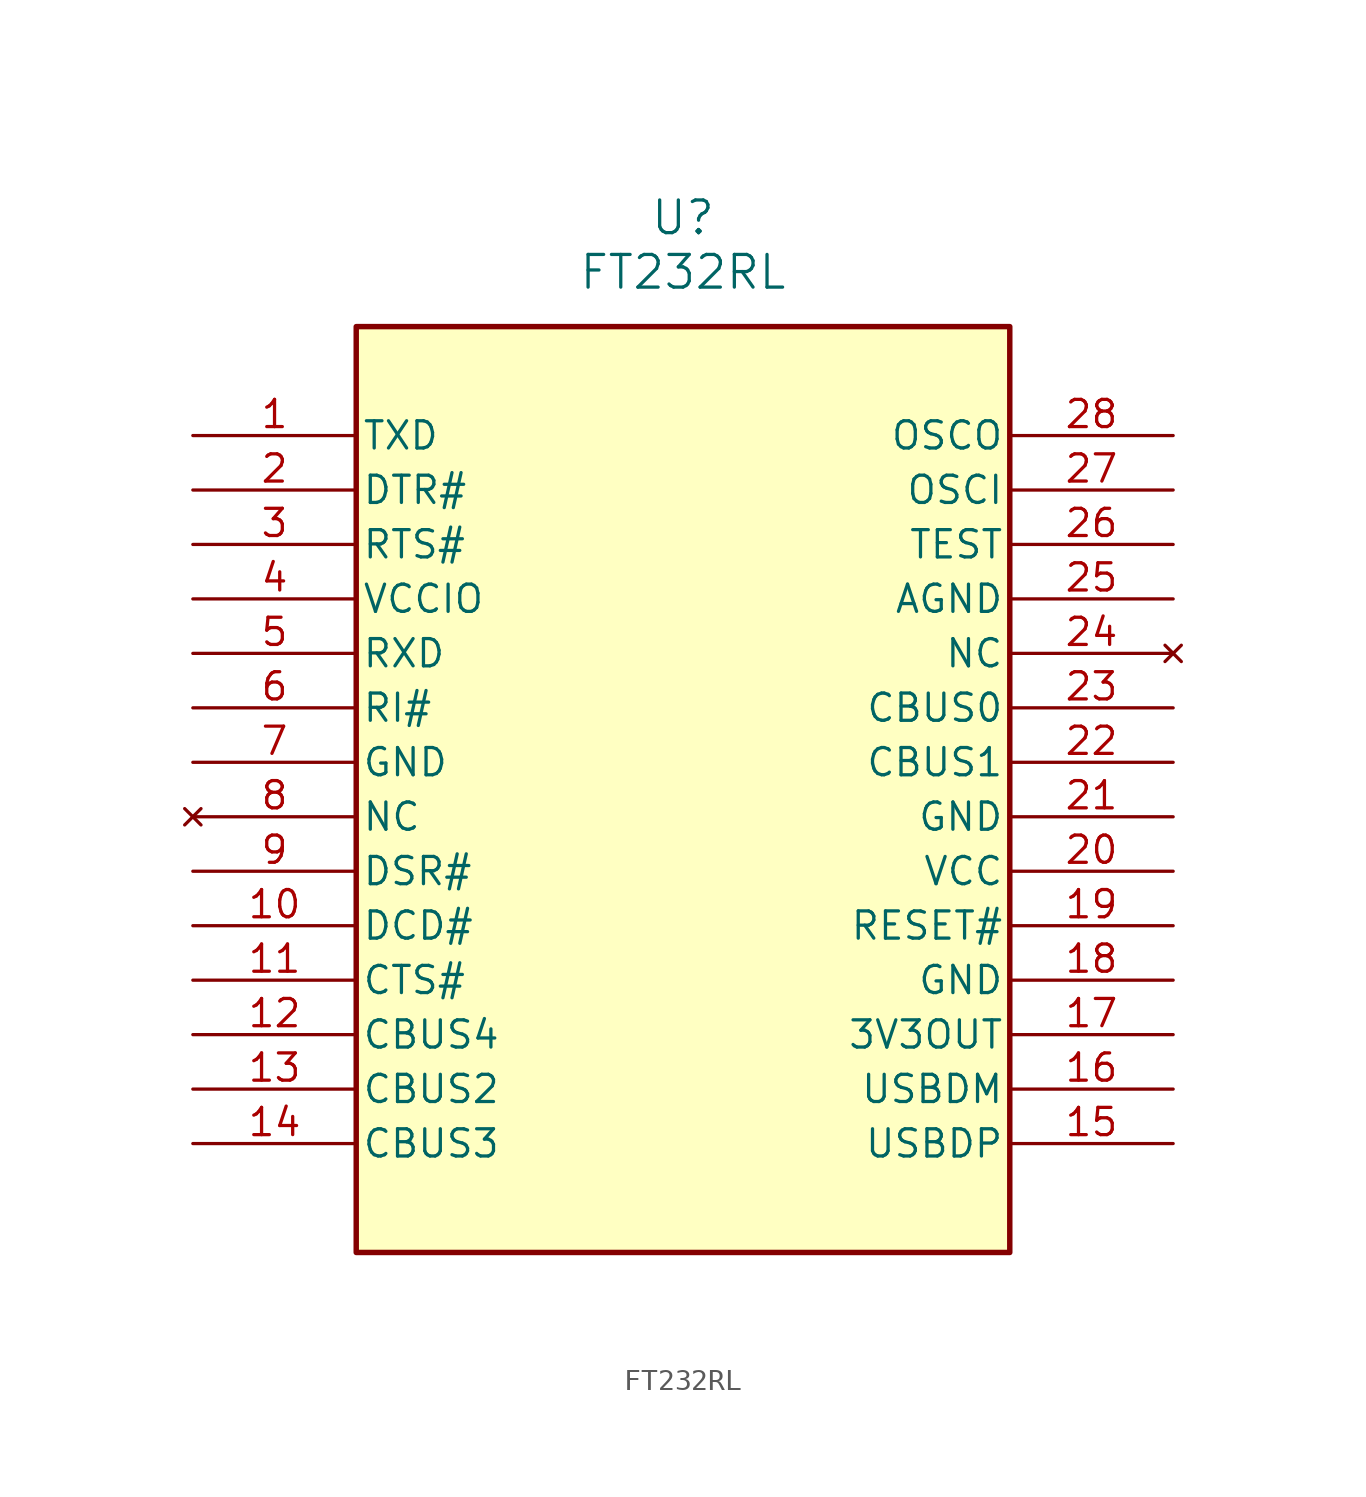
<source format=kicad_sym>
(kicad_symbol_lib
  (version 20231120)
  (generator "kicad_symbol_editor")
  (generator_version "8.0")
  (symbol "FT232RL"
    (pin_names
      (offset 0.254))
    (property "Reference" "U"
      (at 15.24 48.26 0)
      (effects (font (size 1.524 1.524))))
    (property "Value" "FT232RL"
      (at 15.24 45.72 0)
      (effects (font (size 1.524 1.524))))
    (symbol "FT232RL_0_1"
      (rectangle (start 0 43.18) (end 30.48 0) (stroke (width 0.254) (type default)) (fill (type background)))
      (pin unspecified line (at -7.62 38.1 0) (length 7.62) (name "TXD" (effects (font (size 1.27 1.27)))) (number "1" (effects (font (size 1.27 1.27)))))
      (pin unspecified line (at -7.62 15.24 0) (length 7.62) (name "DCD#" (effects (font (size 1.27 1.27)))) (number "10" (effects (font (size 1.27 1.27)))))
      (pin unspecified line (at -7.62 12.7 0) (length 7.62) (name "CTS#" (effects (font (size 1.27 1.27)))) (number "11" (effects (font (size 1.27 1.27)))))
      (pin bidirectional line (at -7.62 10.16 0) (length 7.62) (name "CBUS4" (effects (font (size 1.27 1.27)))) (number "12" (effects (font (size 1.27 1.27)))))
      (pin bidirectional line (at -7.62 7.62 0) (length 7.62) (name "CBUS2" (effects (font (size 1.27 1.27)))) (number "13" (effects (font (size 1.27 1.27)))))
      (pin bidirectional line (at -7.62 5.08 0) (length 7.62) (name "CBUS3" (effects (font (size 1.27 1.27)))) (number "14" (effects (font (size 1.27 1.27)))))
      (pin unspecified line (at 38.1 5.08 180) (length 7.62) (name "USBDP" (effects (font (size 1.27 1.27)))) (number "15" (effects (font (size 1.27 1.27)))))
      (pin unspecified line (at 38.1 7.62 180) (length 7.62) (name "USBDM" (effects (font (size 1.27 1.27)))) (number "16" (effects (font (size 1.27 1.27)))))
      (pin output line (at 38.1 10.16 180) (length 7.62) (name "3V3OUT" (effects (font (size 1.27 1.27)))) (number "17" (effects (font (size 1.27 1.27)))))
      (pin power_out line (at 38.1 12.7 180) (length 7.62) (name "GND" (effects (font (size 1.27 1.27)))) (number "18" (effects (font (size 1.27 1.27)))))
      (pin unspecified line (at 38.1 15.24 180) (length 7.62) (name "RESET#" (effects (font (size 1.27 1.27)))) (number "19" (effects (font (size 1.27 1.27)))))
      (pin unspecified line (at -7.62 35.56 0) (length 7.62) (name "DTR#" (effects (font (size 1.27 1.27)))) (number "2" (effects (font (size 1.27 1.27)))))
      (pin power_in line (at 38.1 17.78 180) (length 7.62) (name "VCC" (effects (font (size 1.27 1.27)))) (number "20" (effects (font (size 1.27 1.27)))))
      (pin power_out line (at 38.1 20.32 180) (length 7.62) (name "GND" (effects (font (size 1.27 1.27)))) (number "21" (effects (font (size 1.27 1.27)))))
      (pin bidirectional line (at 38.1 22.86 180) (length 7.62) (name "CBUS1" (effects (font (size 1.27 1.27)))) (number "22" (effects (font (size 1.27 1.27)))))
      (pin bidirectional line (at 38.1 25.4 180) (length 7.62) (name "CBUS0" (effects (font (size 1.27 1.27)))) (number "23" (effects (font (size 1.27 1.27)))))
      (pin no_connect line (at 38.1 27.94 180) (length 7.62) (name "NC" (effects (font (size 1.27 1.27)))) (number "24" (effects (font (size 1.27 1.27)))))
      (pin power_out line (at 38.1 30.48 180) (length 7.62) (name "AGND" (effects (font (size 1.27 1.27)))) (number "25" (effects (font (size 1.27 1.27)))))
      (pin unspecified line (at 38.1 33.02 180) (length 7.62) (name "TEST" (effects (font (size 1.27 1.27)))) (number "26" (effects (font (size 1.27 1.27)))))
      (pin unspecified line (at 38.1 35.56 180) (length 7.62) (name "OSCI" (effects (font (size 1.27 1.27)))) (number "27" (effects (font (size 1.27 1.27)))))
      (pin unspecified line (at 38.1 38.1 180) (length 7.62) (name "OSCO" (effects (font (size 1.27 1.27)))) (number "28" (effects (font (size 1.27 1.27)))))
      (pin unspecified line (at -7.62 33.02 0) (length 7.62) (name "RTS#" (effects (font (size 1.27 1.27)))) (number "3" (effects (font (size 1.27 1.27)))))
      (pin power_in line (at -7.62 30.48 0) (length 7.62) (name "VCCIO" (effects (font (size 1.27 1.27)))) (number "4" (effects (font (size 1.27 1.27)))))
      (pin unspecified line (at -7.62 27.94 0) (length 7.62) (name "RXD" (effects (font (size 1.27 1.27)))) (number "5" (effects (font (size 1.27 1.27)))))
      (pin unspecified line (at -7.62 25.4 0) (length 7.62) (name "RI#" (effects (font (size 1.27 1.27)))) (number "6" (effects (font (size 1.27 1.27)))))
      (pin power_out line (at -7.62 22.86 0) (length 7.62) (name "GND" (effects (font (size 1.27 1.27)))) (number "7" (effects (font (size 1.27 1.27)))))
      (pin no_connect line (at -7.62 20.32 0) (length 7.62) (name "NC" (effects (font (size 1.27 1.27)))) (number "8" (effects (font (size 1.27 1.27)))))
      (pin unspecified line (at -7.62 17.78 0) (length 7.62) (name "DSR#" (effects (font (size 1.27 1.27)))) (number "9" (effects (font (size 1.27 1.27))))))))
</source>
